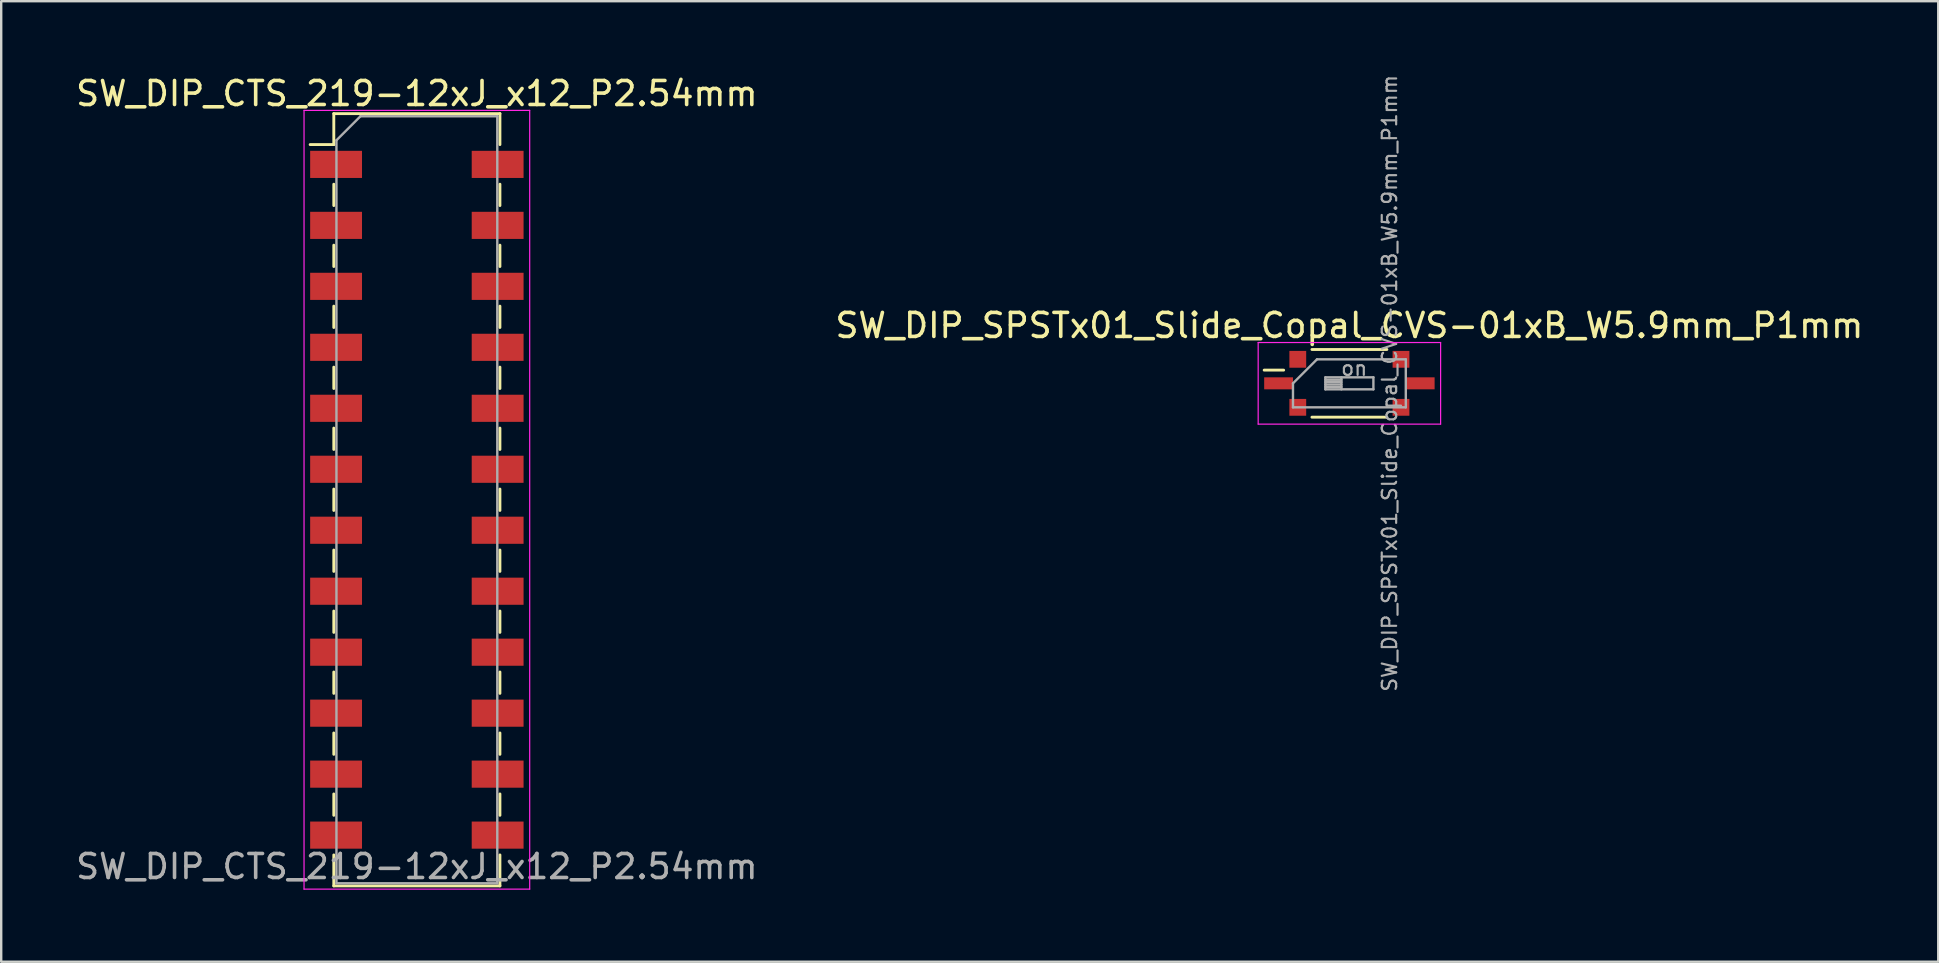
<source format=kicad_pcb>
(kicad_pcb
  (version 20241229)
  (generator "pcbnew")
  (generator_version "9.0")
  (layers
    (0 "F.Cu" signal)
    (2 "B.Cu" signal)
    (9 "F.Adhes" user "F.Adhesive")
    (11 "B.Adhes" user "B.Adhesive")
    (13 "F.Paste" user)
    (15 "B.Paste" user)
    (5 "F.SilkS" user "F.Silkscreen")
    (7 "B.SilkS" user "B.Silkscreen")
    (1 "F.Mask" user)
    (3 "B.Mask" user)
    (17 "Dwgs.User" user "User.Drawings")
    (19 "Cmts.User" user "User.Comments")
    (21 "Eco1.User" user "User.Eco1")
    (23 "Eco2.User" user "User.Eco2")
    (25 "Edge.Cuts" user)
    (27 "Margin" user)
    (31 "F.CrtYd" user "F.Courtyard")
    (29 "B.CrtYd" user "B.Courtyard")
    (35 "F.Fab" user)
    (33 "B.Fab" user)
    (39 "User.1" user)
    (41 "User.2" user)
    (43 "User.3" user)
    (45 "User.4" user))
  (footprint "SW_DIP_SPSTx01_Slide_Copal_CVS-01xB_W5.9mm_P1mm"
    (layer "F.Cu")
    (at 53.161 12.918)
    (property "Reference" "SW_DIP_SPSTx01_Slide_Copal_CVS-01xB_W5.9mm_P1mm" (at 0 -2.41 0) (layer "F.SilkS") (effects (font (size 1 1) (thickness 0.15))))
    (attr smd)
    (fp_line (start -3.55 -0.55) (end -2.739 -0.55) (stroke (width 0.12) (type solid)) (layer "F.SilkS"))
    (fp_line (start -1.56 -1.41) (end 1.561 -1.41) (stroke (width 0.12) (type solid)) (layer "F.SilkS"))
    (fp_line (start -1.56 1.41) (end 1.561 1.41) (stroke (width 0.12) (type solid)) (layer "F.SilkS"))
    (fp_line (start -3.8 -1.7) (end -3.8 1.7) (stroke (width 0.05) (type solid)) (layer "F.CrtYd"))
    (fp_line (start -3.8 1.7) (end 3.8 1.7) (stroke (width 0.05) (type solid)) (layer "F.CrtYd"))
    (fp_line (start 3.8 -1.7) (end -3.8 -1.7) (stroke (width 0.05) (type solid)) (layer "F.CrtYd"))
    (fp_line (start 3.8 1.7) (end 3.8 -1.7) (stroke (width 0.05) (type solid)) (layer "F.CrtYd"))
    (fp_line (start -2.35 0) (end -1.35 -1) (stroke (width 0.1) (type solid)) (layer "F.Fab"))
    (fp_line (start -2.35 1) (end -2.35 0) (stroke (width 0.1) (type solid)) (layer "F.Fab"))
    (fp_line (start -1.35 -1) (end 2.35 -1) (stroke (width 0.1) (type solid)) (layer "F.Fab"))
    (fp_line (start -1 -0.25) (end -1 0.25) (stroke (width 0.1) (type solid)) (layer "F.Fab"))
    (fp_line (start -1 -0.15) (end -0.333 -0.15) (stroke (width 0.1) (type solid)) (layer "F.Fab"))
    (fp_line (start -1 -0.05) (end -0.333 -0.05) (stroke (width 0.1) (type solid)) (layer "F.Fab"))
    (fp_line (start -1 0.05) (end -0.333 0.05) (stroke (width 0.1) (type solid)) (layer "F.Fab"))
    (fp_line (start -1 0.15) (end -0.333 0.15) (stroke (width 0.1) (type solid)) (layer "F.Fab"))
    (fp_line (start -1 0.25) (end 1 0.25) (stroke (width 0.1) (type solid)) (layer "F.Fab"))
    (fp_line (start -0.333 -0.25) (end -0.333 0.25) (stroke (width 0.1) (type solid)) (layer "F.Fab"))
    (fp_line (start 1 -0.25) (end -1 -0.25) (stroke (width 0.1) (type solid)) (layer "F.Fab"))
    (fp_line (start 1 0.25) (end 1 -0.25) (stroke (width 0.1) (type solid)) (layer "F.Fab"))
    (fp_line (start 2.35 -1) (end 2.35 1) (stroke (width 0.1) (type solid)) (layer "F.Fab"))
    (fp_line (start 2.35 1) (end -2.35 1) (stroke (width 0.1) (type solid)) (layer "F.Fab"))
    (fp_text user "on" (at 0.2 -0.625 0) (layer "F.Fab") (effects (font (size 0.6 0.6) (thickness 0.09))))
    (fp_text user "${REFERENCE}" (at 1.675 0 90) (layer "F.Fab") (effects (font (size 0.6 0.6) (thickness 0.09))))
    (pad "1" smd rect (at -2.95 0) (size 1.2 0.5) (layers "F.Cu" "F.Mask" "F.Paste"))
    (pad "2" smd rect (at 2.95 0) (size 1.2 0.5) (layers "F.Cu" "F.Mask" "F.Paste"))
    (pad "3" smd rect (at -2.15 -1) (size 0.7 0.7) (layers "F.Cu" "F.Mask" "F.Paste"))
    (pad "3" smd rect (at -2.15 1) (size 0.7 0.7) (layers "F.Cu" "F.Mask" "F.Paste"))
    (pad "3" smd rect (at 2.15 -1) (size 0.7 0.7) (layers "F.Cu" "F.Mask" "F.Paste"))
    (pad "3" smd rect (at 2.15 1) (size 0.7 0.7) (layers "F.Cu" "F.Mask" "F.Paste")))
  (footprint "SW_DIP_CTS_219-12xJ_x12_P2.54mm"
    (layer "F.Cu")
    (at 14.315 17.768)
    (property "Reference" "SW_DIP_CTS_219-12xJ_x12_P2.54mm" (at 0 -16.92 0) (layer "F.SilkS") (effects (font (size 1 1) (thickness 0.15))))
    (attr smd)
    (fp_line (start -4.445 -14.795) (end -3.46 -14.795) (stroke (width 0.12) (type solid)) (layer "F.SilkS"))
    (fp_line (start -3.46 -16.085) (end 3.46 -16.085) (stroke (width 0.12) (type solid)) (layer "F.SilkS"))
    (fp_line (start -3.46 -14.795) (end -3.46 -16.085) (stroke (width 0.12) (type solid)) (layer "F.SilkS"))
    (fp_line (start -3.46 -13.145) (end -3.46 -12.255) (stroke (width 0.12) (type solid)) (layer "F.SilkS"))
    (fp_line (start -3.46 -10.605) (end -3.46 -9.715) (stroke (width 0.12) (type solid)) (layer "F.SilkS"))
    (fp_line (start -3.46 -8.065) (end -3.46 -7.175) (stroke (width 0.12) (type solid)) (layer "F.SilkS"))
    (fp_line (start -3.46 -5.525) (end -3.46 -4.635) (stroke (width 0.12) (type solid)) (layer "F.SilkS"))
    (fp_line (start -3.46 -2.985) (end -3.46 -2.095) (stroke (width 0.12) (type solid)) (layer "F.SilkS"))
    (fp_line (start -3.46 -0.445) (end -3.46 0.445) (stroke (width 0.12) (type solid)) (layer "F.SilkS"))
    (fp_line (start -3.46 2.095) (end -3.46 2.985) (stroke (width 0.12) (type solid)) (layer "F.SilkS"))
    (fp_line (start -3.46 4.635) (end -3.46 5.525) (stroke (width 0.12) (type solid)) (layer "F.SilkS"))
    (fp_line (start -3.46 7.175) (end -3.46 8.065) (stroke (width 0.12) (type solid)) (layer "F.SilkS"))
    (fp_line (start -3.46 9.715) (end -3.46 10.605) (stroke (width 0.12) (type solid)) (layer "F.SilkS"))
    (fp_line (start -3.46 12.255) (end -3.46 13.145) (stroke (width 0.12) (type solid)) (layer "F.SilkS"))
    (fp_line (start -3.46 14.795) (end -3.46 16.085) (stroke (width 0.12) (type solid)) (layer "F.SilkS"))
    (fp_line (start -3.46 16.085) (end 3.46 16.085) (stroke (width 0.12) (type solid)) (layer "F.SilkS"))
    (fp_line (start 3.46 -16.085) (end 3.46 -14.795) (stroke (width 0.12) (type solid)) (layer "F.SilkS"))
    (fp_line (start 3.46 -13.145) (end 3.46 -12.255) (stroke (width 0.12) (type solid)) (layer "F.SilkS"))
    (fp_line (start 3.46 -10.605) (end 3.46 -9.715) (stroke (width 0.12) (type solid)) (layer "F.SilkS"))
    (fp_line (start 3.46 -8.065) (end 3.46 -7.175) (stroke (width 0.12) (type solid)) (layer "F.SilkS"))
    (fp_line (start 3.46 -5.525) (end 3.46 -4.635) (stroke (width 0.12) (type solid)) (layer "F.SilkS"))
    (fp_line (start 3.46 -2.985) (end 3.46 -2.095) (stroke (width 0.12) (type solid)) (layer "F.SilkS"))
    (fp_line (start 3.46 -0.445) (end 3.46 0.445) (stroke (width 0.12) (type solid)) (layer "F.SilkS"))
    (fp_line (start 3.46 2.095) (end 3.46 2.985) (stroke (width 0.12) (type solid)) (layer "F.SilkS"))
    (fp_line (start 3.46 4.635) (end 3.46 5.525) (stroke (width 0.12) (type solid)) (layer "F.SilkS"))
    (fp_line (start 3.46 7.175) (end 3.46 8.065) (stroke (width 0.12) (type solid)) (layer "F.SilkS"))
    (fp_line (start 3.46 9.715) (end 3.46 10.605) (stroke (width 0.12) (type solid)) (layer "F.SilkS"))
    (fp_line (start 3.46 12.255) (end 3.46 13.145) (stroke (width 0.12) (type solid)) (layer "F.SilkS"))
    (fp_line (start 3.46 16.085) (end 3.46 14.795) (stroke (width 0.12) (type solid)) (layer "F.SilkS"))
    (fp_line (start -4.7 -16.22) (end 4.7 -16.22) (stroke (width 0.05) (type solid)) (layer "F.CrtYd"))
    (fp_line (start -4.7 16.22) (end -4.7 -16.22) (stroke (width 0.05) (type solid)) (layer "F.CrtYd"))
    (fp_line (start 4.7 -16.22) (end 4.7 16.22) (stroke (width 0.05) (type solid)) (layer "F.CrtYd"))
    (fp_line (start 4.7 16.22) (end -4.7 16.22) (stroke (width 0.05) (type solid)) (layer "F.CrtYd"))
    (fp_line (start -3.35 -14.975) (end -2.35 -15.975) (stroke (width 0.1) (type solid)) (layer "F.Fab"))
    (fp_line (start -3.35 15.975) (end -3.35 -14.975) (stroke (width 0.1) (type solid)) (layer "F.Fab"))
    (fp_line (start -2.35 -15.975) (end 3.35 -15.975) (stroke (width 0.1) (type solid)) (layer "F.Fab"))
    (fp_line (start 3.35 -15.975) (end 3.35 15.975) (stroke (width 0.1) (type solid)) (layer "F.Fab"))
    (fp_line (start 3.35 15.975) (end -3.35 15.975) (stroke (width 0.1) (type solid)) (layer "F.Fab"))
    (fp_text user "${REFERENCE}" (at 0 15.28 0) (layer "F.Fab") (effects (font (size 1 1) (thickness 0.15))))
    (pad "1" smd rect (at -3.365 -13.97) (size 2.16 1.13) (layers "F.Cu" "F.Mask" "F.Paste"))
    (pad "2" smd rect (at -3.365 -11.43) (size 2.16 1.13) (layers "F.Cu" "F.Mask" "F.Paste"))
    (pad "3" smd rect (at -3.365 -8.89) (size 2.16 1.13) (layers "F.Cu" "F.Mask" "F.Paste"))
    (pad "4" smd rect (at -3.365 -6.35) (size 2.16 1.13) (layers "F.Cu" "F.Mask" "F.Paste"))
    (pad "5" smd rect (at -3.365 -3.81) (size 2.16 1.13) (layers "F.Cu" "F.Mask" "F.Paste"))
    (pad "6" smd rect (at -3.365 -1.27) (size 2.16 1.13) (layers "F.Cu" "F.Mask" "F.Paste"))
    (pad "7" smd rect (at -3.365 1.27) (size 2.16 1.13) (layers "F.Cu" "F.Mask" "F.Paste"))
    (pad "8" smd rect (at -3.365 3.81) (size 2.16 1.13) (layers "F.Cu" "F.Mask" "F.Paste"))
    (pad "9" smd rect (at -3.365 6.35) (size 2.16 1.13) (layers "F.Cu" "F.Mask" "F.Paste"))
    (pad "10" smd rect (at -3.365 8.89) (size 2.16 1.13) (layers "F.Cu" "F.Mask" "F.Paste"))
    (pad "11" smd rect (at -3.365 11.43) (size 2.16 1.13) (layers "F.Cu" "F.Mask" "F.Paste"))
    (pad "12" smd rect (at -3.365 13.97) (size 2.16 1.13) (layers "F.Cu" "F.Mask" "F.Paste"))
    (pad "13" smd rect (at 3.365 13.97) (size 2.16 1.13) (layers "F.Cu" "F.Mask" "F.Paste"))
    (pad "14" smd rect (at 3.365 11.43) (size 2.16 1.13) (layers "F.Cu" "F.Mask" "F.Paste"))
    (pad "15" smd rect (at 3.365 8.89) (size 2.16 1.13) (layers "F.Cu" "F.Mask" "F.Paste"))
    (pad "16" smd rect (at 3.365 6.35) (size 2.16 1.13) (layers "F.Cu" "F.Mask" "F.Paste"))
    (pad "17" smd rect (at 3.365 3.81) (size 2.16 1.13) (layers "F.Cu" "F.Mask" "F.Paste"))
    (pad "18" smd rect (at 3.365 1.27) (size 2.16 1.13) (layers "F.Cu" "F.Mask" "F.Paste"))
    (pad "19" smd rect (at 3.365 -1.27) (size 2.16 1.13) (layers "F.Cu" "F.Mask" "F.Paste"))
    (pad "20" smd rect (at 3.365 -3.81) (size 2.16 1.13) (layers "F.Cu" "F.Mask" "F.Paste"))
    (pad "21" smd rect (at 3.365 -6.35) (size 2.16 1.13) (layers "F.Cu" "F.Mask" "F.Paste"))
    (pad "22" smd rect (at 3.365 -8.89) (size 2.16 1.13) (layers "F.Cu" "F.Mask" "F.Paste"))
    (pad "23" smd rect (at 3.365 -11.43) (size 2.16 1.13) (layers "F.Cu" "F.Mask" "F.Paste"))
    (pad "24" smd rect (at 3.365 -13.97) (size 2.16 1.13) (layers "F.Cu" "F.Mask" "F.Paste")))
  (gr_rect
    (start -3 -3)
    (end 77.69 37.013)
    (stroke (width 0.1) (type default))
    (fill no)
    (layer "Edge.Cuts")))
</source>
